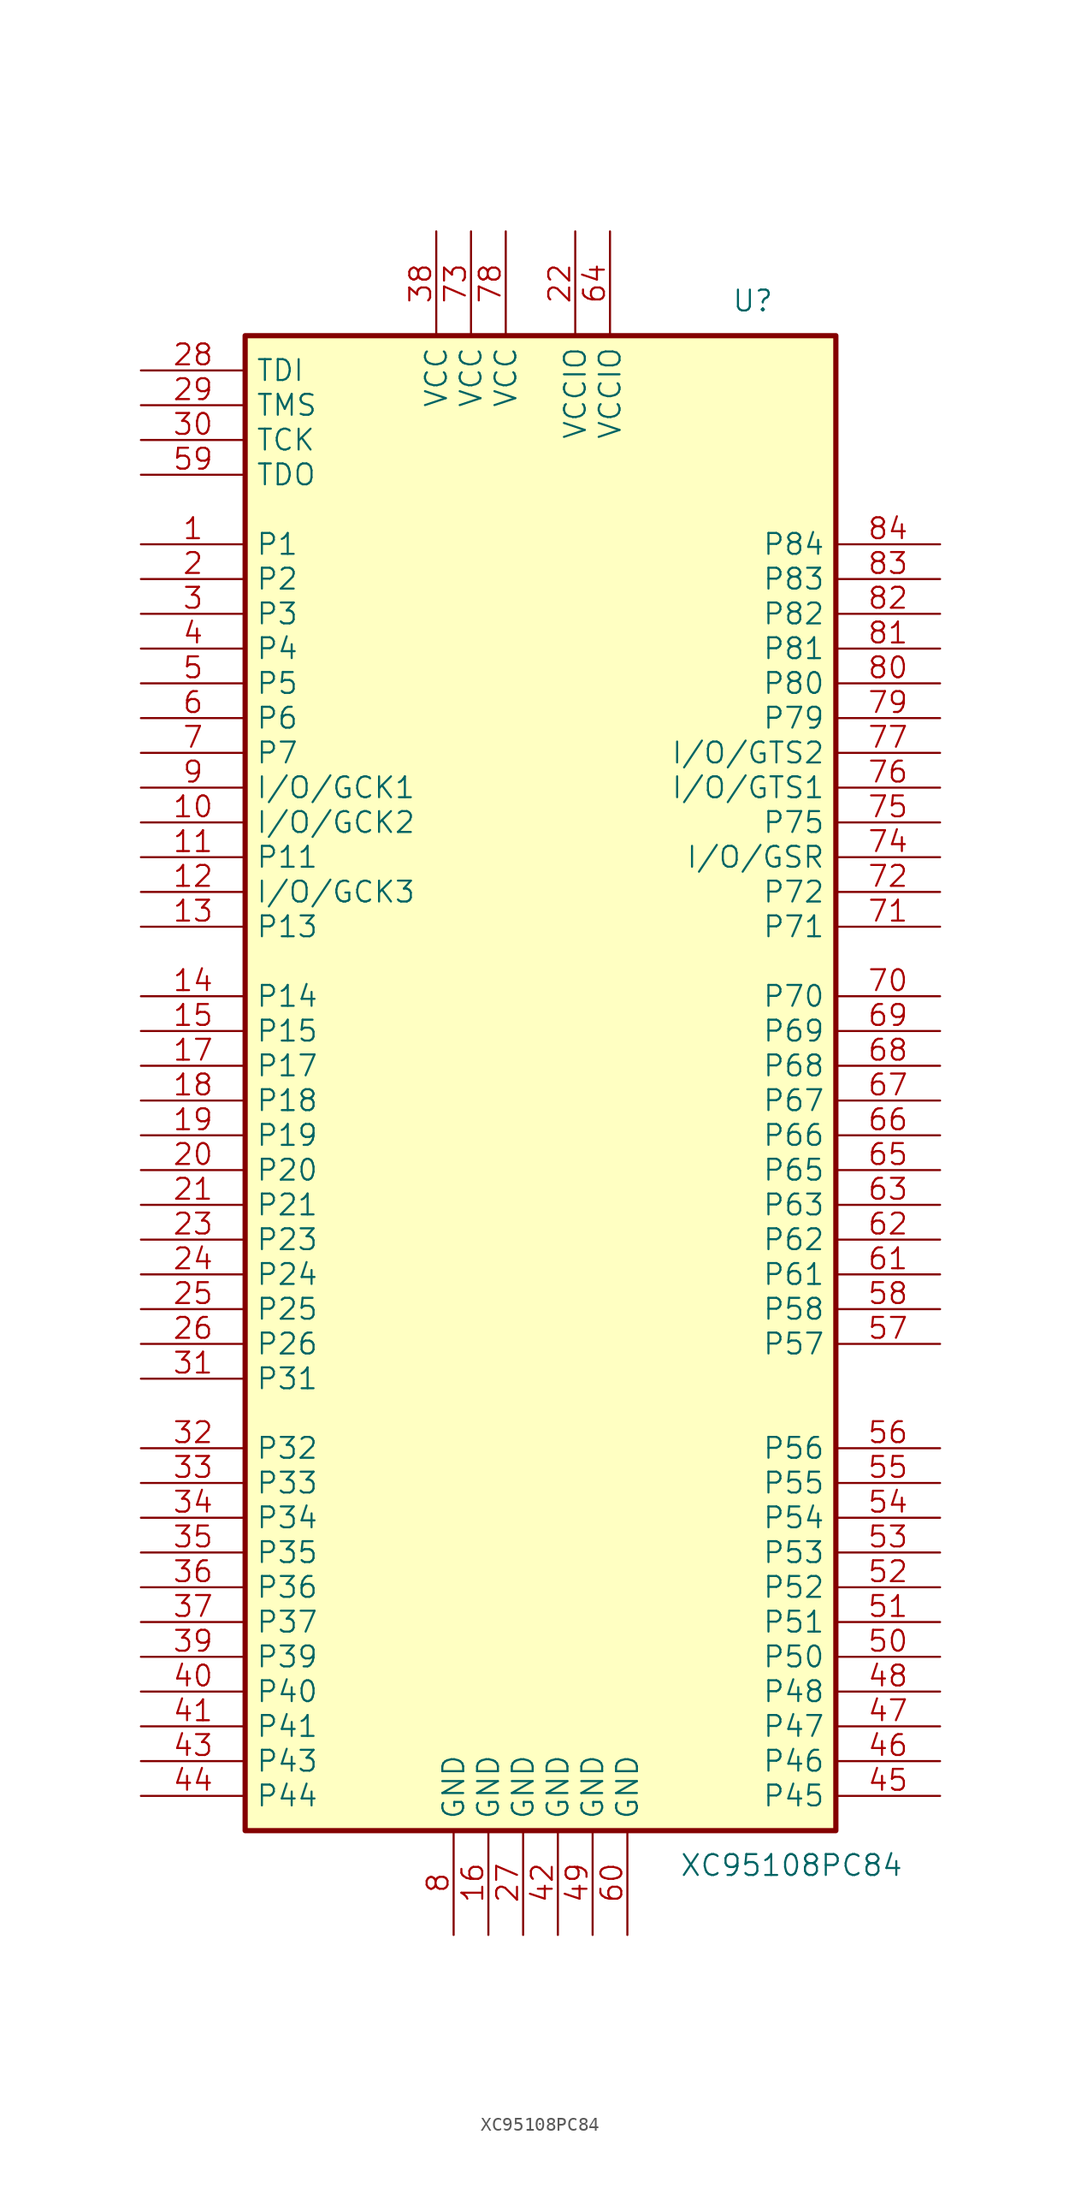
<source format=kicad_sym>
(kicad_symbol_lib
  (version 20201005)
  (generator kicad_symbol_editor)
  (symbol "carte_test_schlib:XC95108PC84"
    (pin_names
      (offset 0.762))
    (property "Reference" "U"
      (at 13.97 64.77 0)
      (effects (font (size 1.524 1.524)) (justify left)))
    (property "Value" "XC95108PC84"
      (at 10.16 -49.53 0)
      (effects (font (size 1.524 1.524)) (justify left)))
    (property "Footprint" ""
      (at 0 0 0)
      (effects (font (size 1.524 1.524))))
    (property "Datasheet" ""
      (at 0 0 0)
      (effects (font (size 1.524 1.524))))
    (symbol "XC95108PC84_0_1"
      (rectangle (start -21.59 62.23) (end 21.59 -46.99) (stroke (width 0.381)) (fill (type background))))
    (symbol "XC95108PC84_1_1"
      (pin bidirectional line (at -29.21 46.99 0) (length 7.62) (name "P1" (effects (font (size 1.524 1.524)))) (number "1" (effects (font (size 1.524 1.524)))))
      (pin bidirectional line (at -29.21 26.67 0) (length 7.62) (name "I/O/GCK2" (effects (font (size 1.524 1.524)))) (number "10" (effects (font (size 1.524 1.524)))))
      (pin bidirectional line (at -29.21 24.13 0) (length 7.62) (name "P11" (effects (font (size 1.524 1.524)))) (number "11" (effects (font (size 1.524 1.524)))))
      (pin bidirectional line (at -29.21 21.59 0) (length 7.62) (name "I/O/GCK3" (effects (font (size 1.524 1.524)))) (number "12" (effects (font (size 1.524 1.524)))))
      (pin bidirectional line (at -29.21 19.05 0) (length 7.62) (name "P13" (effects (font (size 1.524 1.524)))) (number "13" (effects (font (size 1.524 1.524)))))
      (pin bidirectional line (at -29.21 13.97 0) (length 7.62) (name "P14" (effects (font (size 1.524 1.524)))) (number "14" (effects (font (size 1.524 1.524)))))
      (pin bidirectional line (at -29.21 11.43 0) (length 7.62) (name "P15" (effects (font (size 1.524 1.524)))) (number "15" (effects (font (size 1.524 1.524)))))
      (pin power_in line (at -3.81 -54.61 90) (length 7.62) (name "GND" (effects (font (size 1.524 1.524)))) (number "16" (effects (font (size 1.524 1.524)))))
      (pin bidirectional line (at -29.21 8.89 0) (length 7.62) (name "P17" (effects (font (size 1.524 1.524)))) (number "17" (effects (font (size 1.524 1.524)))))
      (pin bidirectional line (at -29.21 6.35 0) (length 7.62) (name "P18" (effects (font (size 1.524 1.524)))) (number "18" (effects (font (size 1.524 1.524)))))
      (pin bidirectional line (at -29.21 3.81 0) (length 7.62) (name "P19" (effects (font (size 1.524 1.524)))) (number "19" (effects (font (size 1.524 1.524)))))
      (pin bidirectional line (at -29.21 44.45 0) (length 7.62) (name "P2" (effects (font (size 1.524 1.524)))) (number "2" (effects (font (size 1.524 1.524)))))
      (pin bidirectional line (at -29.21 1.27 0) (length 7.62) (name "P20" (effects (font (size 1.524 1.524)))) (number "20" (effects (font (size 1.524 1.524)))))
      (pin bidirectional line (at -29.21 -1.27 0) (length 7.62) (name "P21" (effects (font (size 1.524 1.524)))) (number "21" (effects (font (size 1.524 1.524)))))
      (pin power_in line (at 2.54 69.85 270) (length 7.62) (name "VCCIO" (effects (font (size 1.524 1.524)))) (number "22" (effects (font (size 1.524 1.524)))))
      (pin bidirectional line (at -29.21 -3.81 0) (length 7.62) (name "P23" (effects (font (size 1.524 1.524)))) (number "23" (effects (font (size 1.524 1.524)))))
      (pin bidirectional line (at -29.21 -6.35 0) (length 7.62) (name "P24" (effects (font (size 1.524 1.524)))) (number "24" (effects (font (size 1.524 1.524)))))
      (pin bidirectional line (at -29.21 -8.89 0) (length 7.62) (name "P25" (effects (font (size 1.524 1.524)))) (number "25" (effects (font (size 1.524 1.524)))))
      (pin bidirectional line (at -29.21 -11.43 0) (length 7.62) (name "P26" (effects (font (size 1.524 1.524)))) (number "26" (effects (font (size 1.524 1.524)))))
      (pin power_in line (at -1.27 -54.61 90) (length 7.62) (name "GND" (effects (font (size 1.524 1.524)))) (number "27" (effects (font (size 1.524 1.524)))))
      (pin input line (at -29.21 59.69 0) (length 7.62) (name "TDI" (effects (font (size 1.524 1.524)))) (number "28" (effects (font (size 1.524 1.524)))))
      (pin input line (at -29.21 57.15 0) (length 7.62) (name "TMS" (effects (font (size 1.524 1.524)))) (number "29" (effects (font (size 1.524 1.524)))))
      (pin bidirectional line (at -29.21 41.91 0) (length 7.62) (name "P3" (effects (font (size 1.524 1.524)))) (number "3" (effects (font (size 1.524 1.524)))))
      (pin input line (at -29.21 54.61 0) (length 7.62) (name "TCK" (effects (font (size 1.524 1.524)))) (number "30" (effects (font (size 1.524 1.524)))))
      (pin bidirectional line (at -29.21 -13.97 0) (length 7.62) (name "P31" (effects (font (size 1.524 1.524)))) (number "31" (effects (font (size 1.524 1.524)))))
      (pin bidirectional line (at -29.21 -19.05 0) (length 7.62) (name "P32" (effects (font (size 1.524 1.524)))) (number "32" (effects (font (size 1.524 1.524)))))
      (pin bidirectional line (at -29.21 -21.59 0) (length 7.62) (name "P33" (effects (font (size 1.524 1.524)))) (number "33" (effects (font (size 1.524 1.524)))))
      (pin bidirectional line (at -29.21 -24.13 0) (length 7.62) (name "P34" (effects (font (size 1.524 1.524)))) (number "34" (effects (font (size 1.524 1.524)))))
      (pin bidirectional line (at -29.21 -26.67 0) (length 7.62) (name "P35" (effects (font (size 1.524 1.524)))) (number "35" (effects (font (size 1.524 1.524)))))
      (pin bidirectional line (at -29.21 -29.21 0) (length 7.62) (name "P36" (effects (font (size 1.524 1.524)))) (number "36" (effects (font (size 1.524 1.524)))))
      (pin bidirectional line (at -29.21 -31.75 0) (length 7.62) (name "P37" (effects (font (size 1.524 1.524)))) (number "37" (effects (font (size 1.524 1.524)))))
      (pin power_in line (at -7.62 69.85 270) (length 7.62) (name "VCC" (effects (font (size 1.524 1.524)))) (number "38" (effects (font (size 1.524 1.524)))))
      (pin bidirectional line (at -29.21 -34.29 0) (length 7.62) (name "P39" (effects (font (size 1.524 1.524)))) (number "39" (effects (font (size 1.524 1.524)))))
      (pin bidirectional line (at -29.21 39.37 0) (length 7.62) (name "P4" (effects (font (size 1.524 1.524)))) (number "4" (effects (font (size 1.524 1.524)))))
      (pin bidirectional line (at -29.21 -36.83 0) (length 7.62) (name "P40" (effects (font (size 1.524 1.524)))) (number "40" (effects (font (size 1.524 1.524)))))
      (pin bidirectional line (at -29.21 -39.37 0) (length 7.62) (name "P41" (effects (font (size 1.524 1.524)))) (number "41" (effects (font (size 1.524 1.524)))))
      (pin power_in line (at 1.27 -54.61 90) (length 7.62) (name "GND" (effects (font (size 1.524 1.524)))) (number "42" (effects (font (size 1.524 1.524)))))
      (pin bidirectional line (at -29.21 -41.91 0) (length 7.62) (name "P43" (effects (font (size 1.524 1.524)))) (number "43" (effects (font (size 1.524 1.524)))))
      (pin bidirectional line (at -29.21 -44.45 0) (length 7.62) (name "P44" (effects (font (size 1.524 1.524)))) (number "44" (effects (font (size 1.524 1.524)))))
      (pin bidirectional line (at 29.21 -44.45 180) (length 7.62) (name "P45" (effects (font (size 1.524 1.524)))) (number "45" (effects (font (size 1.524 1.524)))))
      (pin bidirectional line (at 29.21 -41.91 180) (length 7.62) (name "P46" (effects (font (size 1.524 1.524)))) (number "46" (effects (font (size 1.524 1.524)))))
      (pin bidirectional line (at 29.21 -39.37 180) (length 7.62) (name "P47" (effects (font (size 1.524 1.524)))) (number "47" (effects (font (size 1.524 1.524)))))
      (pin bidirectional line (at 29.21 -36.83 180) (length 7.62) (name "P48" (effects (font (size 1.524 1.524)))) (number "48" (effects (font (size 1.524 1.524)))))
      (pin power_in line (at 3.81 -54.61 90) (length 7.62) (name "GND" (effects (font (size 1.524 1.524)))) (number "49" (effects (font (size 1.524 1.524)))))
      (pin bidirectional line (at -29.21 36.83 0) (length 7.62) (name "P5" (effects (font (size 1.524 1.524)))) (number "5" (effects (font (size 1.524 1.524)))))
      (pin bidirectional line (at 29.21 -34.29 180) (length 7.62) (name "P50" (effects (font (size 1.524 1.524)))) (number "50" (effects (font (size 1.524 1.524)))))
      (pin bidirectional line (at 29.21 -31.75 180) (length 7.62) (name "P51" (effects (font (size 1.524 1.524)))) (number "51" (effects (font (size 1.524 1.524)))))
      (pin bidirectional line (at 29.21 -29.21 180) (length 7.62) (name "P52" (effects (font (size 1.524 1.524)))) (number "52" (effects (font (size 1.524 1.524)))))
      (pin bidirectional line (at 29.21 -26.67 180) (length 7.62) (name "P53" (effects (font (size 1.524 1.524)))) (number "53" (effects (font (size 1.524 1.524)))))
      (pin bidirectional line (at 29.21 -24.13 180) (length 7.62) (name "P54" (effects (font (size 1.524 1.524)))) (number "54" (effects (font (size 1.524 1.524)))))
      (pin bidirectional line (at 29.21 -21.59 180) (length 7.62) (name "P55" (effects (font (size 1.524 1.524)))) (number "55" (effects (font (size 1.524 1.524)))))
      (pin bidirectional line (at 29.21 -19.05 180) (length 7.62) (name "P56" (effects (font (size 1.524 1.524)))) (number "56" (effects (font (size 1.524 1.524)))))
      (pin bidirectional line (at 29.21 -11.43 180) (length 7.62) (name "P57" (effects (font (size 1.524 1.524)))) (number "57" (effects (font (size 1.524 1.524)))))
      (pin bidirectional line (at 29.21 -8.89 180) (length 7.62) (name "P58" (effects (font (size 1.524 1.524)))) (number "58" (effects (font (size 1.524 1.524)))))
      (pin output line (at -29.21 52.07 0) (length 7.62) (name "TDO" (effects (font (size 1.524 1.524)))) (number "59" (effects (font (size 1.524 1.524)))))
      (pin bidirectional line (at -29.21 34.29 0) (length 7.62) (name "P6" (effects (font (size 1.524 1.524)))) (number "6" (effects (font (size 1.524 1.524)))))
      (pin power_in line (at 6.35 -54.61 90) (length 7.62) (name "GND" (effects (font (size 1.524 1.524)))) (number "60" (effects (font (size 1.524 1.524)))))
      (pin bidirectional line (at 29.21 -6.35 180) (length 7.62) (name "P61" (effects (font (size 1.524 1.524)))) (number "61" (effects (font (size 1.524 1.524)))))
      (pin bidirectional line (at 29.21 -3.81 180) (length 7.62) (name "P62" (effects (font (size 1.524 1.524)))) (number "62" (effects (font (size 1.524 1.524)))))
      (pin bidirectional line (at 29.21 -1.27 180) (length 7.62) (name "P63" (effects (font (size 1.524 1.524)))) (number "63" (effects (font (size 1.524 1.524)))))
      (pin power_in line (at 5.08 69.85 270) (length 7.62) (name "VCCIO" (effects (font (size 1.524 1.524)))) (number "64" (effects (font (size 1.524 1.524)))))
      (pin bidirectional line (at 29.21 1.27 180) (length 7.62) (name "P65" (effects (font (size 1.524 1.524)))) (number "65" (effects (font (size 1.524 1.524)))))
      (pin bidirectional line (at 29.21 3.81 180) (length 7.62) (name "P66" (effects (font (size 1.524 1.524)))) (number "66" (effects (font (size 1.524 1.524)))))
      (pin bidirectional line (at 29.21 6.35 180) (length 7.62) (name "P67" (effects (font (size 1.524 1.524)))) (number "67" (effects (font (size 1.524 1.524)))))
      (pin bidirectional line (at 29.21 8.89 180) (length 7.62) (name "P68" (effects (font (size 1.524 1.524)))) (number "68" (effects (font (size 1.524 1.524)))))
      (pin bidirectional line (at 29.21 11.43 180) (length 7.62) (name "P69" (effects (font (size 1.524 1.524)))) (number "69" (effects (font (size 1.524 1.524)))))
      (pin bidirectional line (at -29.21 31.75 0) (length 7.62) (name "P7" (effects (font (size 1.524 1.524)))) (number "7" (effects (font (size 1.524 1.524)))))
      (pin bidirectional line (at 29.21 13.97 180) (length 7.62) (name "P70" (effects (font (size 1.524 1.524)))) (number "70" (effects (font (size 1.524 1.524)))))
      (pin bidirectional line (at 29.21 19.05 180) (length 7.62) (name "P71" (effects (font (size 1.524 1.524)))) (number "71" (effects (font (size 1.524 1.524)))))
      (pin bidirectional line (at 29.21 21.59 180) (length 7.62) (name "P72" (effects (font (size 1.524 1.524)))) (number "72" (effects (font (size 1.524 1.524)))))
      (pin power_in line (at -5.08 69.85 270) (length 7.62) (name "VCC" (effects (font (size 1.524 1.524)))) (number "73" (effects (font (size 1.524 1.524)))))
      (pin bidirectional line (at 29.21 24.13 180) (length 7.62) (name "I/O/GSR" (effects (font (size 1.524 1.524)))) (number "74" (effects (font (size 1.524 1.524)))))
      (pin bidirectional line (at 29.21 26.67 180) (length 7.62) (name "P75" (effects (font (size 1.524 1.524)))) (number "75" (effects (font (size 1.524 1.524)))))
      (pin bidirectional line (at 29.21 29.21 180) (length 7.62) (name "I/O/GTS1" (effects (font (size 1.524 1.524)))) (number "76" (effects (font (size 1.524 1.524)))))
      (pin bidirectional line (at 29.21 31.75 180) (length 7.62) (name "I/O/GTS2" (effects (font (size 1.524 1.524)))) (number "77" (effects (font (size 1.524 1.524)))))
      (pin power_in line (at -2.54 69.85 270) (length 7.62) (name "VCC" (effects (font (size 1.524 1.524)))) (number "78" (effects (font (size 1.524 1.524)))))
      (pin bidirectional line (at 29.21 34.29 180) (length 7.62) (name "P79" (effects (font (size 1.524 1.524)))) (number "79" (effects (font (size 1.524 1.524)))))
      (pin power_in line (at -6.35 -54.61 90) (length 7.62) (name "GND" (effects (font (size 1.524 1.524)))) (number "8" (effects (font (size 1.524 1.524)))))
      (pin bidirectional line (at 29.21 36.83 180) (length 7.62) (name "P80" (effects (font (size 1.524 1.524)))) (number "80" (effects (font (size 1.524 1.524)))))
      (pin bidirectional line (at 29.21 39.37 180) (length 7.62) (name "P81" (effects (font (size 1.524 1.524)))) (number "81" (effects (font (size 1.524 1.524)))))
      (pin bidirectional line (at 29.21 41.91 180) (length 7.62) (name "P82" (effects (font (size 1.524 1.524)))) (number "82" (effects (font (size 1.524 1.524)))))
      (pin bidirectional line (at 29.21 44.45 180) (length 7.62) (name "P83" (effects (font (size 1.524 1.524)))) (number "83" (effects (font (size 1.524 1.524)))))
      (pin bidirectional line (at 29.21 46.99 180) (length 7.62) (name "P84" (effects (font (size 1.524 1.524)))) (number "84" (effects (font (size 1.524 1.524)))))
      (pin bidirectional line (at -29.21 29.21 0) (length 7.62) (name "I/O/GCK1" (effects (font (size 1.524 1.524)))) (number "9" (effects (font (size 1.524 1.524))))))))
</source>
